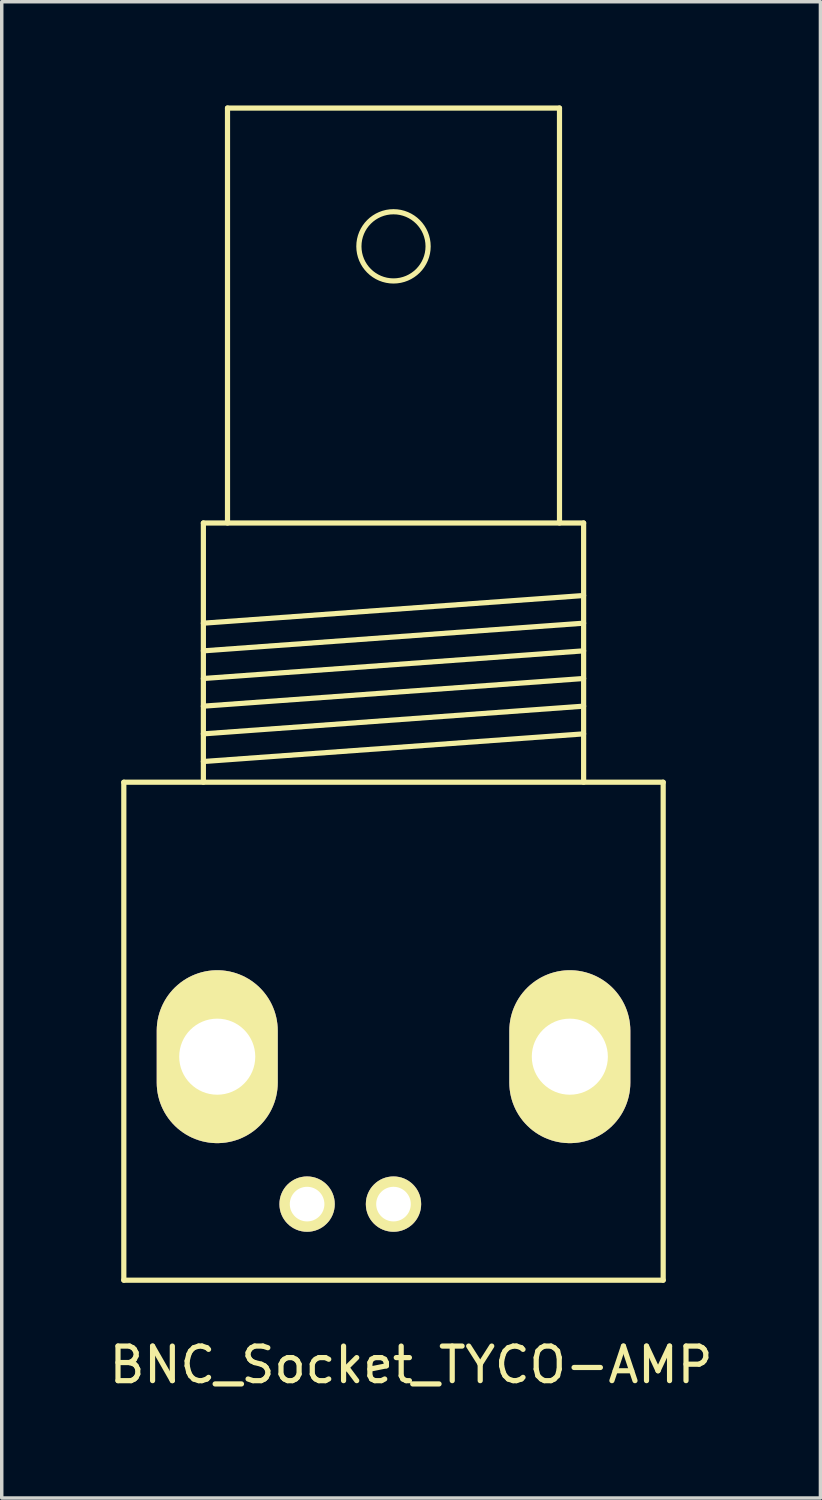
<source format=kicad_pcb>
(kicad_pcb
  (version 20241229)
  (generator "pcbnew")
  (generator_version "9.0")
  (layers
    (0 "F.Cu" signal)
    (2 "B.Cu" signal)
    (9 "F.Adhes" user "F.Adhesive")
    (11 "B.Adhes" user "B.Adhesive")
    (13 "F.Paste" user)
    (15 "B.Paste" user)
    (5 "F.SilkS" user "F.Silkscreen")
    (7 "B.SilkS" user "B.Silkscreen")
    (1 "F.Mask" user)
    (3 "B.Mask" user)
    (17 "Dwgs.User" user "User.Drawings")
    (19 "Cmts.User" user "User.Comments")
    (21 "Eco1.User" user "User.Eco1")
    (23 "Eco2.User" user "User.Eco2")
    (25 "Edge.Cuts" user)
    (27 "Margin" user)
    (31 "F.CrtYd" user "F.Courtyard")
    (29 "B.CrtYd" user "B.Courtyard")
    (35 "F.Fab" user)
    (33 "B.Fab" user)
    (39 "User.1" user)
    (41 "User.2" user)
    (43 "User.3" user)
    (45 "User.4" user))
  (footprint "BNC_Socket_TYCO-AMP"
    (layer "F.Cu")
    (at 8.331 26.775)
    (property "Reference" "BNC_Socket_TYCO-AMP" (at 0.508 9.652 0) (layer "F.SilkS") (effects (font (size 1 1) (thickness 0.15))))
    (attr through_hole)
    (fp_line (start -7.8 -7.201) (end -7.8 7.201) (stroke (width 0.15) (type solid)) (layer "F.SilkS"))
    (fp_line (start -7.8 7.201) (end 7.8 7.201) (stroke (width 0.15) (type solid)) (layer "F.SilkS"))
    (fp_line (start -5.499 -14.699) (end -5.499 -7.201) (stroke (width 0.15) (type solid)) (layer "F.SilkS"))
    (fp_line (start -5.499 -11.801) (end 5.499 -12.601) (stroke (width 0.15) (type solid)) (layer "F.SilkS"))
    (fp_line (start -5.499 -11.001) (end 5.499 -11.801) (stroke (width 0.15) (type solid)) (layer "F.SilkS"))
    (fp_line (start -5.499 -10.201) (end 5.499 -11.001) (stroke (width 0.15) (type solid)) (layer "F.SilkS"))
    (fp_line (start -5.499 -9.401) (end 5.499 -10.201) (stroke (width 0.15) (type solid)) (layer "F.SilkS"))
    (fp_line (start -5.499 -8.6) (end 5.499 -9.401) (stroke (width 0.15) (type solid)) (layer "F.SilkS"))
    (fp_line (start -5.499 -7.8) (end 5.499 -8.6) (stroke (width 0.15) (type solid)) (layer "F.SilkS"))
    (fp_line (start -4.801 -26.7) (end -4.801 -14.699) (stroke (width 0.15) (type solid)) (layer "F.SilkS"))
    (fp_line (start 4.801 -26.7) (end -4.801 -26.7) (stroke (width 0.15) (type solid)) (layer "F.SilkS"))
    (fp_line (start 4.801 -14.699) (end 4.801 -26.7) (stroke (width 0.15) (type solid)) (layer "F.SilkS"))
    (fp_line (start 5.499 -14.699) (end -5.499 -14.699) (stroke (width 0.15) (type solid)) (layer "F.SilkS"))
    (fp_line (start 5.499 -7.201) (end 5.499 -14.699) (stroke (width 0.15) (type solid)) (layer "F.SilkS"))
    (fp_line (start 7.8 -7.201) (end -7.8 -7.201) (stroke (width 0.15) (type solid)) (layer "F.SilkS"))
    (fp_line (start 7.8 7.201) (end 7.8 -7.201) (stroke (width 0.15) (type solid)) (layer "F.SilkS"))
    (fp_circle (center 0 -22.7) (end 1.001 -22.7) (stroke (width 0.15) (type solid)) (fill no) (layer "F.SilkS"))
    (pad "1" thru_hole circle (at 0 5.001) (size 1.6 1.6) (drill 1.001) (layers "*.Cu" "*.Mask" "F.SilkS"))
    (pad "2" thru_hole oval (at -5.098 0.737) (size 3.5 5.001) (drill 2.2) (layers "*.Cu" "*.Mask" "F.SilkS"))
    (pad "2" thru_hole circle (at -2.499 5.001) (size 1.6 1.6) (drill 1.001) (layers "*.Cu" "*.Mask" "F.SilkS"))
    (pad "2" thru_hole oval (at 5.1 0.737) (size 3.5 5.001) (drill 2.2) (layers "*.Cu" "*.Mask" "F.SilkS")))
  (gr_rect
    (start -3 -3)
    (end 20.679 40.276)
    (stroke (width 0.1) (type default))
    (fill no)
    (layer "Edge.Cuts")))
</source>
